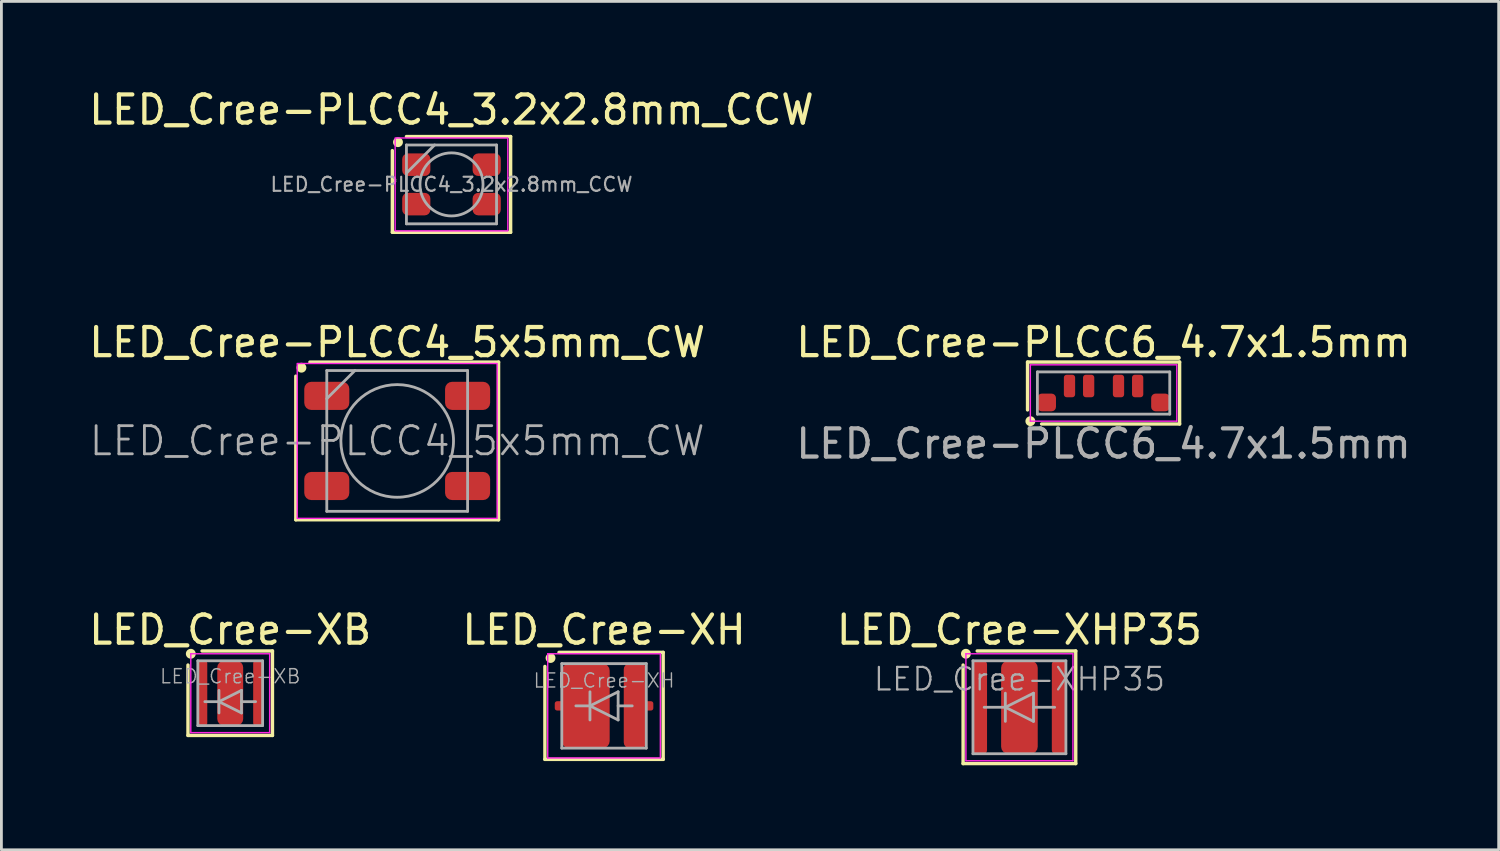
<source format=kicad_pcb>
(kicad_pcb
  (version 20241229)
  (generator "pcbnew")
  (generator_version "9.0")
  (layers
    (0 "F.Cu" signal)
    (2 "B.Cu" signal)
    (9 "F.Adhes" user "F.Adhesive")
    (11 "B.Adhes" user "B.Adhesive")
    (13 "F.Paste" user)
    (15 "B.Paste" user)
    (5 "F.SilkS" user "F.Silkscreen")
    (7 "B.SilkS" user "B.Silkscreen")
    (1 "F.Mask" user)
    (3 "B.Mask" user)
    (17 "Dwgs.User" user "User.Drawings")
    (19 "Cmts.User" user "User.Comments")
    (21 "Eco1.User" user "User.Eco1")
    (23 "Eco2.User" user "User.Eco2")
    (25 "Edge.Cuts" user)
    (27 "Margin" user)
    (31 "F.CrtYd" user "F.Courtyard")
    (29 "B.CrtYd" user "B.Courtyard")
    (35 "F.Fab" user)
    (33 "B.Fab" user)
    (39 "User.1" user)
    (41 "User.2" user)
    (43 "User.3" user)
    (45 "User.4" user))
  (footprint "LED_Cree-PLCC6_4.7x1.5mm"
    (layer "F.Cu")
    (at 36.137 10.906)
    (property "Reference" "LED_Cree-PLCC6_4.7x1.5mm" (at 0 -1.8 0) (layer "F.SilkS") (effects (font (size 1 1) (thickness 0.15))))
    (attr smd)
    (fp_line (start -2.7 -1.1) (end 2.7 -1.1) (stroke (width 0.12) (type default)) (layer "F.SilkS"))
    (fp_line (start -2.7 0.6) (end -2.7 -1.1) (stroke (width 0.12) (type default)) (layer "F.SilkS"))
    (fp_line (start 2.7 -1.1) (end 2.7 1.1) (stroke (width 0.12) (type default)) (layer "F.SilkS"))
    (fp_line (start 2.7 1.1) (end -2.2 1.1) (stroke (width 0.12) (type default)) (layer "F.SilkS"))
    (fp_circle (center -2.6 1) (end -2.5 1) (stroke (width 0.15) (type solid)) (fill yes) (layer "F.SilkS"))
    (fp_line (start -2.6 -1) (end -2.6 1) (stroke (width 0.05) (type solid)) (layer "F.CrtYd"))
    (fp_line (start -2.6 -1) (end 2.6 -1) (stroke (width 0.05) (type solid)) (layer "F.CrtYd"))
    (fp_line (start 2.6 -1) (end 2.6 1) (stroke (width 0.05) (type solid)) (layer "F.CrtYd"))
    (fp_line (start 2.6 1) (end -2.6 1) (stroke (width 0.05) (type solid)) (layer "F.CrtYd"))
    (fp_line (start -2.35 -0.75) (end -2.35 0.75) (stroke (width 0.1) (type solid)) (layer "F.Fab"))
    (fp_line (start -2.35 -0.75) (end 2.35 -0.75) (stroke (width 0.1) (type solid)) (layer "F.Fab"))
    (fp_line (start -2.35 0.75) (end 2.35 0.75) (stroke (width 0.1) (type solid)) (layer "F.Fab"))
    (fp_line (start 2.35 -0.75) (end 2.35 0.75) (stroke (width 0.1) (type solid)) (layer "F.Fab"))
    (fp_text user "${REFERENCE}" (at 0 1.8 0) (layer "F.Fab") (effects (font (size 1 1) (thickness 0.15))))
    (pad "1" smd roundrect (at -2.02 0.335) (size 0.66 0.63) (layers "F.Cu" "F.Mask" "F.Paste") (roundrect_rratio 0.25))
    (pad "2" smd roundrect (at -1.21 -0.25) (size 0.4 0.8) (layers "F.Cu" "F.Mask" "F.Paste") (roundrect_rratio 0.25))
    (pad "3" smd roundrect (at -0.53 -0.25) (size 0.4 0.8) (layers "F.Cu" "F.Mask" "F.Paste") (roundrect_rratio 0.25))
    (pad "4" smd roundrect (at 0.53 -0.25) (size 0.4 0.8) (layers "F.Cu" "F.Mask" "F.Paste") (roundrect_rratio 0.25))
    (pad "5" smd roundrect (at 1.21 -0.25) (size 0.4 0.8) (layers "F.Cu" "F.Mask" "F.Paste") (roundrect_rratio 0.25))
    (pad "6" smd roundrect (at 2.02 0.335) (size 0.66 0.63) (layers "F.Cu" "F.Mask" "F.Paste") (roundrect_rratio 0.25)))
  (footprint "LED_Cree-XB"
    (layer "F.Cu")
    (at 5.125 21.565)
    (property "Reference" "LED_Cree-XB" (at 0 -2.25 0) (layer "F.SilkS") (effects (font (size 1 1) (thickness 0.15))))
    (attr smd)
    (fp_line (start -1.5 -1) (end -1.5 1.5) (stroke (width 0.12) (type default)) (layer "F.SilkS"))
    (fp_line (start -1.5 1.5) (end 1.5 1.5) (stroke (width 0.12) (type default)) (layer "F.SilkS"))
    (fp_line (start 1.5 -1.5) (end -1 -1.5) (stroke (width 0.12) (type default)) (layer "F.SilkS"))
    (fp_line (start 1.5 1.5) (end 1.5 -1.5) (stroke (width 0.12) (type default)) (layer "F.SilkS"))
    (fp_circle (center -1.4 -1.4) (end -1.3 -1.4) (stroke (width 0.15) (type solid)) (fill yes) (layer "F.SilkS"))
    (fp_line (start -1.4 -1.4) (end 1.4 -1.4) (stroke (width 0.05) (type solid)) (layer "F.CrtYd"))
    (fp_line (start -1.4 1.4) (end -1.4 -1.4) (stroke (width 0.05) (type solid)) (layer "F.CrtYd"))
    (fp_line (start 1.4 -1.4) (end 1.4 1.4) (stroke (width 0.05) (type solid)) (layer "F.CrtYd"))
    (fp_line (start 1.4 1.4) (end -1.4 1.4) (stroke (width 0.05) (type solid)) (layer "F.CrtYd"))
    (fp_line (start -1.15 -1.15) (end 1.15 -1.15) (stroke (width 0.1) (type solid)) (layer "F.Fab"))
    (fp_line (start -1.15 1.15) (end -1.15 -1.15) (stroke (width 0.1) (type solid)) (layer "F.Fab"))
    (fp_line (start -0.9 0.3) (end -0.4 0.3) (stroke (width 0.1) (type solid)) (layer "F.Fab"))
    (fp_line (start -0.4 -0.1) (end -0.4 0.7) (stroke (width 0.1) (type solid)) (layer "F.Fab"))
    (fp_line (start -0.4 0.3) (end 0.4 -0.1) (stroke (width 0.1) (type solid)) (layer "F.Fab"))
    (fp_line (start 0.4 -0.1) (end 0.4 0.7) (stroke (width 0.1) (type solid)) (layer "F.Fab"))
    (fp_line (start 0.4 0.7) (end -0.4 0.3) (stroke (width 0.1) (type solid)) (layer "F.Fab"))
    (fp_line (start 0.9 0.3) (end 0.4 0.3) (stroke (width 0.1) (type solid)) (layer "F.Fab"))
    (fp_line (start 1.15 -1.15) (end 1.15 1.15) (stroke (width 0.1) (type solid)) (layer "F.Fab"))
    (fp_line (start 1.15 1.15) (end -1.15 1.15) (stroke (width 0.1) (type solid)) (layer "F.Fab"))
    (fp_text user "${REFERENCE}" (at 0 -0.6 0) (layer "F.Fab") (effects (font (size 0.5 0.5) (thickness 0.05))))
    (pad "" smd roundrect (at 0 -0.55) (size 0.85 0.85) (layers "F.Paste") (roundrect_rratio 0.25))
    (pad "" smd roundrect (at 0 0.55) (size 0.85 0.85) (layers "F.Paste") (roundrect_rratio 0.25))
    (pad "1" smd roundrect (at -0.98 0) (size 0.33 2.29) (layers "F.Cu" "F.Mask" "F.Paste") (roundrect_rratio 0.25))
    (pad "2" smd roundrect (at 0.98 0) (size 0.33 2.29) (layers "F.Cu" "F.Mask" "F.Paste") (roundrect_rratio 0.25))
    (pad "3" smd roundrect (at 0 0) (size 0.92 2.29) (layers "F.Cu" "F.Mask") (roundrect_rratio 0.25)))
  (footprint "LED_Cree-PLCC4_5x5mm_CW"
    (layer "F.Cu")
    (at 11.054 12.607)
    (property "Reference" "LED_Cree-PLCC4_5x5mm_CW" (at 0 -3.5 0) (layer "F.SilkS") (effects (font (size 1 1) (thickness 0.15))))
    (attr smd)
    (fp_line (start -3.6 -2.3) (end -3.6 2.8) (stroke (width 0.12) (type default)) (layer "F.SilkS"))
    (fp_line (start -3.6 2.8) (end 3.6 2.8) (stroke (width 0.12) (type default)) (layer "F.SilkS"))
    (fp_line (start 3.6 -2.8) (end -3.1 -2.8) (stroke (width 0.12) (type default)) (layer "F.SilkS"))
    (fp_line (start 3.6 2.8) (end 3.6 -2.8) (stroke (width 0.12) (type default)) (layer "F.SilkS"))
    (fp_circle (center -3.4 -2.6) (end -3.3 -2.6) (stroke (width 0.15) (type solid)) (fill yes) (layer "F.SilkS"))
    (fp_rect (start -3.55 -2.75) (end 3.55 2.75) (stroke (width 0.05) (type default)) (fill no) (layer "F.CrtYd"))
    (fp_line (start -2.5 -2.5) (end -2.5 2.5) (stroke (width 0.1) (type solid)) (layer "F.Fab"))
    (fp_line (start -2.5 2.5) (end 2.5 2.5) (stroke (width 0.1) (type solid)) (layer "F.Fab"))
    (fp_line (start -1.5 -2.5) (end -2.5 -1.5) (stroke (width 0.1) (type solid)) (layer "F.Fab"))
    (fp_line (start 2.5 -2.5) (end -2.5 -2.5) (stroke (width 0.1) (type solid)) (layer "F.Fab"))
    (fp_line (start 2.5 2.5) (end 2.5 -2.5) (stroke (width 0.1) (type solid)) (layer "F.Fab"))
    (fp_circle (center 0 0) (end 0 -2) (stroke (width 0.1) (type solid)) (fill no) (layer "F.Fab"))
    (fp_text user "${REFERENCE}" (at 0 0 0) (layer "F.Fab") (effects (font (size 1 1) (thickness 0.1))))
    (pad "1" smd roundrect (at -2.5 -1.6) (size 1.6 1) (layers "F.Cu" "F.Mask" "F.Paste") (roundrect_rratio 0.25))
    (pad "2" smd roundrect (at 2.5 -1.6) (size 1.6 1) (layers "F.Cu" "F.Mask" "F.Paste") (roundrect_rratio 0.25))
    (pad "3" smd roundrect (at 2.5 1.6) (size 1.6 1) (layers "F.Cu" "F.Mask" "F.Paste") (roundrect_rratio 0.25))
    (pad "4" smd roundrect (at -2.5 1.6) (size 1.6 1) (layers "F.Cu" "F.Mask" "F.Paste") (roundrect_rratio 0.25)))
  (footprint "LED_Cree-XHP35"
    (layer "F.Cu")
    (at 33.149 22.065)
    (property "Reference" "LED_Cree-XHP35" (at 0 -2.75 0) (layer "F.SilkS") (effects (font (size 1 1) (thickness 0.15))))
    (attr smd)
    (fp_line (start -2 -1.5) (end -2 2) (stroke (width 0.12) (type default)) (layer "F.SilkS"))
    (fp_line (start -2 2) (end 2 2) (stroke (width 0.12) (type default)) (layer "F.SilkS"))
    (fp_line (start 2 -2) (end -1.5 -2) (stroke (width 0.12) (type default)) (layer "F.SilkS"))
    (fp_line (start 2 2) (end 2 -2) (stroke (width 0.12) (type default)) (layer "F.SilkS"))
    (fp_circle (center -1.9 -1.9) (end -1.8 -1.9) (stroke (width 0.15) (type solid)) (fill yes) (layer "F.SilkS"))
    (fp_line (start -1.9 -1.9) (end -1.9 1.9) (stroke (width 0.05) (type solid)) (layer "F.CrtYd"))
    (fp_line (start -1.9 1.9) (end 1.9 1.9) (stroke (width 0.05) (type solid)) (layer "F.CrtYd"))
    (fp_line (start 1.9 -1.9) (end -1.9 -1.9) (stroke (width 0.05) (type solid)) (layer "F.CrtYd"))
    (fp_line (start 1.9 1.9) (end 1.9 -1.9) (stroke (width 0.05) (type solid)) (layer "F.CrtYd"))
    (fp_line (start -1.65 -1.65) (end 1.65 -1.65) (stroke (width 0.1) (type solid)) (layer "F.Fab"))
    (fp_line (start -1.65 1.65) (end -1.65 -1.65) (stroke (width 0.1) (type solid)) (layer "F.Fab"))
    (fp_line (start -1.25 0) (end -0.5 0) (stroke (width 0.1) (type solid)) (layer "F.Fab"))
    (fp_line (start -0.5 -0.5) (end -0.5 0.5) (stroke (width 0.1) (type solid)) (layer "F.Fab"))
    (fp_line (start -0.5 0) (end 0.5 -0.5) (stroke (width 0.1) (type solid)) (layer "F.Fab"))
    (fp_line (start 0.5 -0.5) (end 0.5 0.5) (stroke (width 0.1) (type solid)) (layer "F.Fab"))
    (fp_line (start 0.5 0.5) (end -0.5 0) (stroke (width 0.1) (type solid)) (layer "F.Fab"))
    (fp_line (start 1.25 0) (end 0.5 0) (stroke (width 0.1) (type solid)) (layer "F.Fab"))
    (fp_line (start 1.65 -1.65) (end 1.65 1.65) (stroke (width 0.1) (type solid)) (layer "F.Fab"))
    (fp_line (start 1.65 1.65) (end -1.65 1.65) (stroke (width 0.1) (type solid)) (layer "F.Fab"))
    (fp_text user "${REFERENCE}" (at 0 -1 0) (layer "F.Fab") (effects (font (size 0.8 0.8) (thickness 0.08))))
    (pad "" smd roundrect (at 0 -1) (size 1.01 0.75) (layers "F.Paste") (roundrect_rratio 0.25))
    (pad "" smd roundrect (at 0 0) (size 1.01 0.75) (layers "F.Paste") (roundrect_rratio 0.25))
    (pad "" smd roundrect (at 0 1) (size 1.01 0.75) (layers "F.Paste") (roundrect_rratio 0.25))
    (pad "1" smd roundrect (at -1.4 0) (size 0.5 3.3) (layers "F.Cu" "F.Mask" "F.Paste") (roundrect_rratio 0.25))
    (pad "2" smd roundrect (at 1.4 0) (size 0.5 3.3) (layers "F.Cu" "F.Mask" "F.Paste") (roundrect_rratio 0.25))
    (pad "3" smd roundrect (at 0 0) (size 1.3 3.3) (layers "F.Cu" "F.Mask") (roundrect_rratio 0.192)))
  (footprint "LED_Cree-XH"
    (layer "F.Cu")
    (at 18.399 22.015)
    (property "Reference" "LED_Cree-XH" (at 0 -2.7 0) (layer "F.SilkS") (effects (font (size 1 1) (thickness 0.15))))
    (attr smd)
    (fp_line (start -2.1 -1.4) (end -2.1 1.9) (stroke (width 0.12) (type default)) (layer "F.SilkS"))
    (fp_line (start -2.1 1.9) (end 2.1 1.9) (stroke (width 0.12) (type default)) (layer "F.SilkS"))
    (fp_line (start 2.1 -1.9) (end -1.6 -1.9) (stroke (width 0.12) (type default)) (layer "F.SilkS"))
    (fp_line (start 2.1 1.9) (end 2.1 -1.9) (stroke (width 0.12) (type default)) (layer "F.SilkS"))
    (fp_circle (center -1.9 -1.7) (end -1.8 -1.7) (stroke (width 0.15) (type solid)) (fill yes) (layer "F.SilkS"))
    (fp_line (start -2 -1.85) (end -2 1.85) (stroke (width 0.05) (type solid)) (layer "F.CrtYd"))
    (fp_line (start -2 1.85) (end 2 1.85) (stroke (width 0.05) (type solid)) (layer "F.CrtYd"))
    (fp_line (start 2 -1.85) (end -2 -1.85) (stroke (width 0.05) (type solid)) (layer "F.CrtYd"))
    (fp_line (start 2 1.85) (end 2 -1.85) (stroke (width 0.05) (type solid)) (layer "F.CrtYd"))
    (fp_line (start -1.5 -1.5) (end 1.5 -1.5) (stroke (width 0.1) (type solid)) (layer "F.Fab"))
    (fp_line (start -1.5 1.5) (end -1.5 -1.5) (stroke (width 0.1) (type solid)) (layer "F.Fab"))
    (fp_line (start -1 0) (end -0.5 0) (stroke (width 0.1) (type solid)) (layer "F.Fab"))
    (fp_line (start -0.5 -0.5) (end -0.5 0.5) (stroke (width 0.1) (type solid)) (layer "F.Fab"))
    (fp_line (start -0.5 0) (end 0.5 -0.5) (stroke (width 0.1) (type solid)) (layer "F.Fab"))
    (fp_line (start 0.5 -0.5) (end 0.5 0.5) (stroke (width 0.1) (type solid)) (layer "F.Fab"))
    (fp_line (start 0.5 0.5) (end -0.5 0) (stroke (width 0.1) (type solid)) (layer "F.Fab"))
    (fp_line (start 1 0) (end 0.5 0) (stroke (width 0.1) (type solid)) (layer "F.Fab"))
    (fp_line (start 1.5 -1.5) (end 1.5 1.5) (stroke (width 0.1) (type solid)) (layer "F.Fab"))
    (fp_line (start 1.5 1.5) (end -1.5 1.5) (stroke (width 0.1) (type solid)) (layer "F.Fab"))
    (fp_text user "${REFERENCE}" (at 0 -0.9 0) (layer "F.Fab") (effects (font (size 0.5 0.5) (thickness 0.05))))
    (pad "" smd roundrect (at -0.65 -0.75) (size 1.35 1.2) (layers "F.Paste") (roundrect_rratio 0.208))
    (pad "" smd roundrect (at -0.65 0.75) (size 1.35 1.2) (layers "F.Paste") (roundrect_rratio 0.208))
    (pad "" smd roundrect (at 1.1 -0.75) (size 0.7 1.2) (layers "F.Paste") (roundrect_rratio 0.25))
    (pad "" smd roundrect (at 1.1 0.75) (size 0.7 1.2) (layers "F.Paste") (roundrect_rratio 0.25))
    (pad "1" smd roundrect (at -1.5 0) (size 0.5 0.33) (layers "F.Cu" "F.Mask") (roundrect_rratio 0.25))
    (pad "1" smd roundrect (at -0.65 0) (size 1.7 3) (layers "F.Cu" "F.Mask") (roundrect_rratio 0.147))
    (pad "2" smd roundrect (at 1.1 0) (size 0.8 3) (layers "F.Cu" "F.Mask") (roundrect_rratio 0.25))
    (pad "2" smd roundrect (at 1.5 0) (size 0.5 0.33) (layers "F.Cu" "F.Mask") (roundrect_rratio 0.25)))
  (footprint "LED_Cree-PLCC4_3.2x2.8mm_CCW"
    (layer "F.Cu")
    (at 12.982 3.498)
    (property "Reference" "LED_Cree-PLCC4_3.2x2.8mm_CCW" (at 0 -2.65 0) (layer "F.SilkS") (effects (font (size 1 1) (thickness 0.15))))
    (attr smd)
    (fp_line (start -2.1 1.7) (end -2.1 -1.2) (stroke (width 0.12) (type default)) (layer "F.SilkS"))
    (fp_line (start -1.6 -1.7) (end 2.1 -1.7) (stroke (width 0.12) (type default)) (layer "F.SilkS"))
    (fp_line (start 2.1 -1.7) (end 2.1 1.7) (stroke (width 0.12) (type default)) (layer "F.SilkS"))
    (fp_line (start 2.1 1.7) (end -2.1 1.7) (stroke (width 0.12) (type default)) (layer "F.SilkS"))
    (fp_circle (center -1.9 -1.5) (end -1.8 -1.5) (stroke (width 0.15) (type solid)) (fill yes) (layer "F.SilkS"))
    (fp_rect (start -2 -1.65) (end 2 1.65) (stroke (width 0.05) (type default)) (fill no) (layer "F.CrtYd"))
    (fp_line (start -1.6 -1.4) (end -1.6 1.4) (stroke (width 0.1) (type solid)) (layer "F.Fab"))
    (fp_line (start -1.6 1.4) (end 1.6 1.4) (stroke (width 0.1) (type solid)) (layer "F.Fab"))
    (fp_line (start -0.6 -1.4) (end -1.6 -0.4) (stroke (width 0.1) (type solid)) (layer "F.Fab"))
    (fp_line (start 1.6 -1.4) (end -1.6 -1.4) (stroke (width 0.1) (type solid)) (layer "F.Fab"))
    (fp_line (start 1.6 1.4) (end 1.6 -1.4) (stroke (width 0.1) (type solid)) (layer "F.Fab"))
    (fp_circle (center 0 0) (end 1.12 0) (stroke (width 0.1) (type solid)) (fill no) (layer "F.Fab"))
    (fp_text user "${REFERENCE}" (at 0 0 0) (layer "F.Fab") (effects (font (size 0.5 0.5) (thickness 0.075))))
    (pad "1" smd roundrect (at -1.25 -0.7) (size 1 0.8) (layers "F.Cu" "F.Mask" "F.Paste") (roundrect_rratio 0.25))
    (pad "2" smd roundrect (at -1.25 0.7) (size 1 0.8) (layers "F.Cu" "F.Mask" "F.Paste") (roundrect_rratio 0.25))
    (pad "3" smd roundrect (at 1.25 0.7) (size 1 0.8) (layers "F.Cu" "F.Mask" "F.Paste") (roundrect_rratio 0.25))
    (pad "4" smd roundrect (at 1.25 -0.7) (size 1 0.8) (layers "F.Cu" "F.Mask" "F.Paste") (roundrect_rratio 0.25)))
  (gr_rect
    (start -3 -3)
    (end 50.167 27.125)
    (stroke (width 0.1) (type default))
    (fill no)
    (layer "Edge.Cuts")))
</source>
